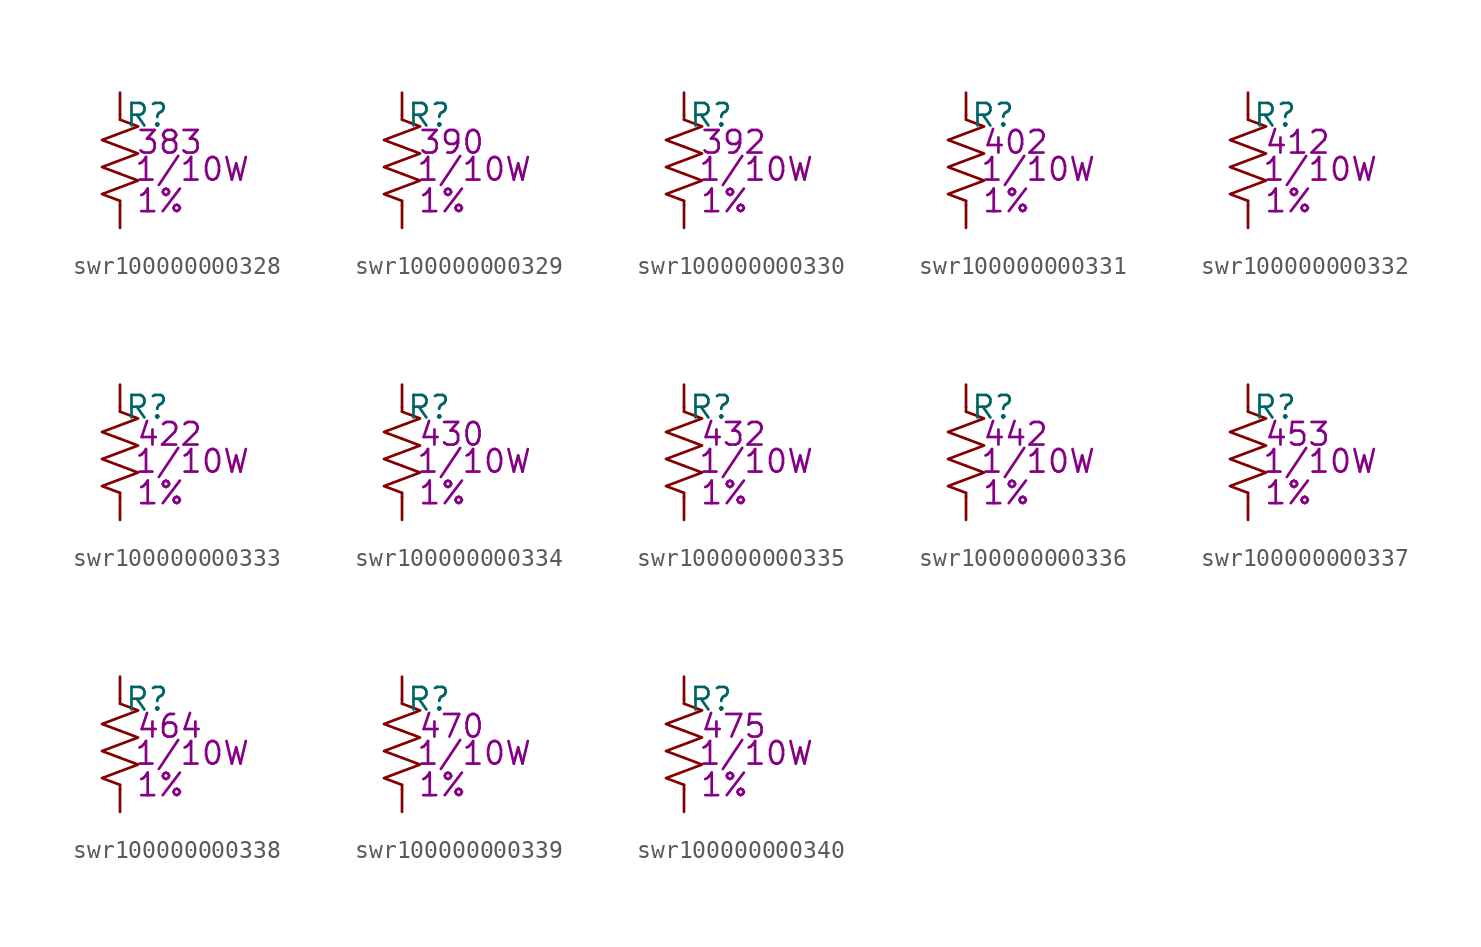
<source format=kicad_sym>
(kicad_symbol_lib
  (version 20211014)
  (generator kicad_symbol_editor)
  (symbol "swr100000000328"
    (pin_numbers hide)
    (pin_names
      (offset 1.016))
    (property "Reference" "R"
      (at 1.524 2.54 0)
      (effects (font (size 1.27 1.27))))
    (property "Tolerance" "1%"
      (at 2.286 -2.286 0)
      (effects (font (size 1.27 1.27))))
    (property "Wattage" "1/10W"
      (at 4.064 -0.508 0)
      (effects (font (size 1.27 1.27))))
    (property "PartValue" "383"
      (at 2.794 1.016 0)
      (effects (font (size 1.27 1.27))))
    (symbol "swr100000000328_1_1"
      (polyline (pts (xy 0 -2.286) (xy 0 -2.54)) (stroke (width 0) (type default) (color 0 0 0 0)) (fill (type none)))
      (polyline (pts (xy 0 2.286) (xy 0 2.54)) (stroke (width 0) (type default) (color 0 0 0 0)) (fill (type none)))
      (polyline (pts (xy 0 -0.762) (xy 1.016 -1.143) (xy 0 -1.524) (xy -1.016 -1.905) (xy 0 -2.286)) (stroke (width 0) (type default) (color 0 0 0 0)) (fill (type none)))
      (polyline (pts (xy 0 0.762) (xy 1.016 0.381) (xy 0 0) (xy -1.016 -0.381) (xy 0 -0.762)) (stroke (width 0) (type default) (color 0 0 0 0)) (fill (type none)))
      (polyline (pts (xy 0 2.286) (xy 1.016 1.905) (xy 0 1.524) (xy -1.016 1.143) (xy 0 0.762)) (stroke (width 0) (type default) (color 0 0 0 0)) (fill (type none)))
      (pin passive line (at 0 3.81 270) (length 1.27) (name "~" (effects (font (size 1.27 1.27)))) (number "1" (effects (font (size 1.27 1.27)))))
      (pin passive line (at 0 -3.81 90) (length 1.27) (name "~" (effects (font (size 1.27 1.27)))) (number "2" (effects (font (size 1.27 1.27)))))))
  (symbol "swr100000000329"
    (pin_numbers hide)
    (pin_names
      (offset 1.016))
    (property "Reference" "R"
      (at 1.524 2.54 0)
      (effects (font (size 1.27 1.27))))
    (property "Tolerance" "1%"
      (at 2.286 -2.286 0)
      (effects (font (size 1.27 1.27))))
    (property "Wattage" "1/10W"
      (at 4.064 -0.508 0)
      (effects (font (size 1.27 1.27))))
    (property "PartValue" "390"
      (at 2.794 1.016 0)
      (effects (font (size 1.27 1.27))))
    (symbol "swr100000000329_1_1"
      (polyline (pts (xy 0 -2.286) (xy 0 -2.54)) (stroke (width 0) (type default) (color 0 0 0 0)) (fill (type none)))
      (polyline (pts (xy 0 2.286) (xy 0 2.54)) (stroke (width 0) (type default) (color 0 0 0 0)) (fill (type none)))
      (polyline (pts (xy 0 -0.762) (xy 1.016 -1.143) (xy 0 -1.524) (xy -1.016 -1.905) (xy 0 -2.286)) (stroke (width 0) (type default) (color 0 0 0 0)) (fill (type none)))
      (polyline (pts (xy 0 0.762) (xy 1.016 0.381) (xy 0 0) (xy -1.016 -0.381) (xy 0 -0.762)) (stroke (width 0) (type default) (color 0 0 0 0)) (fill (type none)))
      (polyline (pts (xy 0 2.286) (xy 1.016 1.905) (xy 0 1.524) (xy -1.016 1.143) (xy 0 0.762)) (stroke (width 0) (type default) (color 0 0 0 0)) (fill (type none)))
      (pin passive line (at 0 3.81 270) (length 1.27) (name "~" (effects (font (size 1.27 1.27)))) (number "1" (effects (font (size 1.27 1.27)))))
      (pin passive line (at 0 -3.81 90) (length 1.27) (name "~" (effects (font (size 1.27 1.27)))) (number "2" (effects (font (size 1.27 1.27)))))))
  (symbol "swr100000000330"
    (pin_numbers hide)
    (pin_names
      (offset 1.016))
    (property "Reference" "R"
      (at 1.524 2.54 0)
      (effects (font (size 1.27 1.27))))
    (property "Tolerance" "1%"
      (at 2.286 -2.286 0)
      (effects (font (size 1.27 1.27))))
    (property "Wattage" "1/10W"
      (at 4.064 -0.508 0)
      (effects (font (size 1.27 1.27))))
    (property "PartValue" "392"
      (at 2.794 1.016 0)
      (effects (font (size 1.27 1.27))))
    (symbol "swr100000000330_1_1"
      (polyline (pts (xy 0 -2.286) (xy 0 -2.54)) (stroke (width 0) (type default) (color 0 0 0 0)) (fill (type none)))
      (polyline (pts (xy 0 2.286) (xy 0 2.54)) (stroke (width 0) (type default) (color 0 0 0 0)) (fill (type none)))
      (polyline (pts (xy 0 -0.762) (xy 1.016 -1.143) (xy 0 -1.524) (xy -1.016 -1.905) (xy 0 -2.286)) (stroke (width 0) (type default) (color 0 0 0 0)) (fill (type none)))
      (polyline (pts (xy 0 0.762) (xy 1.016 0.381) (xy 0 0) (xy -1.016 -0.381) (xy 0 -0.762)) (stroke (width 0) (type default) (color 0 0 0 0)) (fill (type none)))
      (polyline (pts (xy 0 2.286) (xy 1.016 1.905) (xy 0 1.524) (xy -1.016 1.143) (xy 0 0.762)) (stroke (width 0) (type default) (color 0 0 0 0)) (fill (type none)))
      (pin passive line (at 0 3.81 270) (length 1.27) (name "~" (effects (font (size 1.27 1.27)))) (number "1" (effects (font (size 1.27 1.27)))))
      (pin passive line (at 0 -3.81 90) (length 1.27) (name "~" (effects (font (size 1.27 1.27)))) (number "2" (effects (font (size 1.27 1.27)))))))
  (symbol "swr100000000331"
    (pin_numbers hide)
    (pin_names
      (offset 1.016))
    (property "Reference" "R"
      (at 1.524 2.54 0)
      (effects (font (size 1.27 1.27))))
    (property "Tolerance" "1%"
      (at 2.286 -2.286 0)
      (effects (font (size 1.27 1.27))))
    (property "Wattage" "1/10W"
      (at 4.064 -0.508 0)
      (effects (font (size 1.27 1.27))))
    (property "PartValue" "402"
      (at 2.794 1.016 0)
      (effects (font (size 1.27 1.27))))
    (symbol "swr100000000331_1_1"
      (polyline (pts (xy 0 -2.286) (xy 0 -2.54)) (stroke (width 0) (type default) (color 0 0 0 0)) (fill (type none)))
      (polyline (pts (xy 0 2.286) (xy 0 2.54)) (stroke (width 0) (type default) (color 0 0 0 0)) (fill (type none)))
      (polyline (pts (xy 0 -0.762) (xy 1.016 -1.143) (xy 0 -1.524) (xy -1.016 -1.905) (xy 0 -2.286)) (stroke (width 0) (type default) (color 0 0 0 0)) (fill (type none)))
      (polyline (pts (xy 0 0.762) (xy 1.016 0.381) (xy 0 0) (xy -1.016 -0.381) (xy 0 -0.762)) (stroke (width 0) (type default) (color 0 0 0 0)) (fill (type none)))
      (polyline (pts (xy 0 2.286) (xy 1.016 1.905) (xy 0 1.524) (xy -1.016 1.143) (xy 0 0.762)) (stroke (width 0) (type default) (color 0 0 0 0)) (fill (type none)))
      (pin passive line (at 0 3.81 270) (length 1.27) (name "~" (effects (font (size 1.27 1.27)))) (number "1" (effects (font (size 1.27 1.27)))))
      (pin passive line (at 0 -3.81 90) (length 1.27) (name "~" (effects (font (size 1.27 1.27)))) (number "2" (effects (font (size 1.27 1.27)))))))
  (symbol "swr100000000332"
    (pin_numbers hide)
    (pin_names
      (offset 1.016))
    (property "Reference" "R"
      (at 1.524 2.54 0)
      (effects (font (size 1.27 1.27))))
    (property "Tolerance" "1%"
      (at 2.286 -2.286 0)
      (effects (font (size 1.27 1.27))))
    (property "Wattage" "1/10W"
      (at 4.064 -0.508 0)
      (effects (font (size 1.27 1.27))))
    (property "PartValue" "412"
      (at 2.794 1.016 0)
      (effects (font (size 1.27 1.27))))
    (symbol "swr100000000332_1_1"
      (polyline (pts (xy 0 -2.286) (xy 0 -2.54)) (stroke (width 0) (type default) (color 0 0 0 0)) (fill (type none)))
      (polyline (pts (xy 0 2.286) (xy 0 2.54)) (stroke (width 0) (type default) (color 0 0 0 0)) (fill (type none)))
      (polyline (pts (xy 0 -0.762) (xy 1.016 -1.143) (xy 0 -1.524) (xy -1.016 -1.905) (xy 0 -2.286)) (stroke (width 0) (type default) (color 0 0 0 0)) (fill (type none)))
      (polyline (pts (xy 0 0.762) (xy 1.016 0.381) (xy 0 0) (xy -1.016 -0.381) (xy 0 -0.762)) (stroke (width 0) (type default) (color 0 0 0 0)) (fill (type none)))
      (polyline (pts (xy 0 2.286) (xy 1.016 1.905) (xy 0 1.524) (xy -1.016 1.143) (xy 0 0.762)) (stroke (width 0) (type default) (color 0 0 0 0)) (fill (type none)))
      (pin passive line (at 0 3.81 270) (length 1.27) (name "~" (effects (font (size 1.27 1.27)))) (number "1" (effects (font (size 1.27 1.27)))))
      (pin passive line (at 0 -3.81 90) (length 1.27) (name "~" (effects (font (size 1.27 1.27)))) (number "2" (effects (font (size 1.27 1.27)))))))
  (symbol "swr100000000333"
    (pin_numbers hide)
    (pin_names
      (offset 1.016))
    (property "Reference" "R"
      (at 1.524 2.54 0)
      (effects (font (size 1.27 1.27))))
    (property "Tolerance" "1%"
      (at 2.286 -2.286 0)
      (effects (font (size 1.27 1.27))))
    (property "Wattage" "1/10W"
      (at 4.064 -0.508 0)
      (effects (font (size 1.27 1.27))))
    (property "PartValue" "422"
      (at 2.794 1.016 0)
      (effects (font (size 1.27 1.27))))
    (symbol "swr100000000333_1_1"
      (polyline (pts (xy 0 -2.286) (xy 0 -2.54)) (stroke (width 0) (type default) (color 0 0 0 0)) (fill (type none)))
      (polyline (pts (xy 0 2.286) (xy 0 2.54)) (stroke (width 0) (type default) (color 0 0 0 0)) (fill (type none)))
      (polyline (pts (xy 0 -0.762) (xy 1.016 -1.143) (xy 0 -1.524) (xy -1.016 -1.905) (xy 0 -2.286)) (stroke (width 0) (type default) (color 0 0 0 0)) (fill (type none)))
      (polyline (pts (xy 0 0.762) (xy 1.016 0.381) (xy 0 0) (xy -1.016 -0.381) (xy 0 -0.762)) (stroke (width 0) (type default) (color 0 0 0 0)) (fill (type none)))
      (polyline (pts (xy 0 2.286) (xy 1.016 1.905) (xy 0 1.524) (xy -1.016 1.143) (xy 0 0.762)) (stroke (width 0) (type default) (color 0 0 0 0)) (fill (type none)))
      (pin passive line (at 0 3.81 270) (length 1.27) (name "~" (effects (font (size 1.27 1.27)))) (number "1" (effects (font (size 1.27 1.27)))))
      (pin passive line (at 0 -3.81 90) (length 1.27) (name "~" (effects (font (size 1.27 1.27)))) (number "2" (effects (font (size 1.27 1.27)))))))
  (symbol "swr100000000334"
    (pin_numbers hide)
    (pin_names
      (offset 1.016))
    (property "Reference" "R"
      (at 1.524 2.54 0)
      (effects (font (size 1.27 1.27))))
    (property "Tolerance" "1%"
      (at 2.286 -2.286 0)
      (effects (font (size 1.27 1.27))))
    (property "Wattage" "1/10W"
      (at 4.064 -0.508 0)
      (effects (font (size 1.27 1.27))))
    (property "PartValue" "430"
      (at 2.794 1.016 0)
      (effects (font (size 1.27 1.27))))
    (symbol "swr100000000334_1_1"
      (polyline (pts (xy 0 -2.286) (xy 0 -2.54)) (stroke (width 0) (type default) (color 0 0 0 0)) (fill (type none)))
      (polyline (pts (xy 0 2.286) (xy 0 2.54)) (stroke (width 0) (type default) (color 0 0 0 0)) (fill (type none)))
      (polyline (pts (xy 0 -0.762) (xy 1.016 -1.143) (xy 0 -1.524) (xy -1.016 -1.905) (xy 0 -2.286)) (stroke (width 0) (type default) (color 0 0 0 0)) (fill (type none)))
      (polyline (pts (xy 0 0.762) (xy 1.016 0.381) (xy 0 0) (xy -1.016 -0.381) (xy 0 -0.762)) (stroke (width 0) (type default) (color 0 0 0 0)) (fill (type none)))
      (polyline (pts (xy 0 2.286) (xy 1.016 1.905) (xy 0 1.524) (xy -1.016 1.143) (xy 0 0.762)) (stroke (width 0) (type default) (color 0 0 0 0)) (fill (type none)))
      (pin passive line (at 0 3.81 270) (length 1.27) (name "~" (effects (font (size 1.27 1.27)))) (number "1" (effects (font (size 1.27 1.27)))))
      (pin passive line (at 0 -3.81 90) (length 1.27) (name "~" (effects (font (size 1.27 1.27)))) (number "2" (effects (font (size 1.27 1.27)))))))
  (symbol "swr100000000335"
    (pin_numbers hide)
    (pin_names
      (offset 1.016))
    (property "Reference" "R"
      (at 1.524 2.54 0)
      (effects (font (size 1.27 1.27))))
    (property "Tolerance" "1%"
      (at 2.286 -2.286 0)
      (effects (font (size 1.27 1.27))))
    (property "Wattage" "1/10W"
      (at 4.064 -0.508 0)
      (effects (font (size 1.27 1.27))))
    (property "PartValue" "432"
      (at 2.794 1.016 0)
      (effects (font (size 1.27 1.27))))
    (symbol "swr100000000335_1_1"
      (polyline (pts (xy 0 -2.286) (xy 0 -2.54)) (stroke (width 0) (type default) (color 0 0 0 0)) (fill (type none)))
      (polyline (pts (xy 0 2.286) (xy 0 2.54)) (stroke (width 0) (type default) (color 0 0 0 0)) (fill (type none)))
      (polyline (pts (xy 0 -0.762) (xy 1.016 -1.143) (xy 0 -1.524) (xy -1.016 -1.905) (xy 0 -2.286)) (stroke (width 0) (type default) (color 0 0 0 0)) (fill (type none)))
      (polyline (pts (xy 0 0.762) (xy 1.016 0.381) (xy 0 0) (xy -1.016 -0.381) (xy 0 -0.762)) (stroke (width 0) (type default) (color 0 0 0 0)) (fill (type none)))
      (polyline (pts (xy 0 2.286) (xy 1.016 1.905) (xy 0 1.524) (xy -1.016 1.143) (xy 0 0.762)) (stroke (width 0) (type default) (color 0 0 0 0)) (fill (type none)))
      (pin passive line (at 0 3.81 270) (length 1.27) (name "~" (effects (font (size 1.27 1.27)))) (number "1" (effects (font (size 1.27 1.27)))))
      (pin passive line (at 0 -3.81 90) (length 1.27) (name "~" (effects (font (size 1.27 1.27)))) (number "2" (effects (font (size 1.27 1.27)))))))
  (symbol "swr100000000336"
    (pin_numbers hide)
    (pin_names
      (offset 1.016))
    (property "Reference" "R"
      (at 1.524 2.54 0)
      (effects (font (size 1.27 1.27))))
    (property "Tolerance" "1%"
      (at 2.286 -2.286 0)
      (effects (font (size 1.27 1.27))))
    (property "Wattage" "1/10W"
      (at 4.064 -0.508 0)
      (effects (font (size 1.27 1.27))))
    (property "PartValue" "442"
      (at 2.794 1.016 0)
      (effects (font (size 1.27 1.27))))
    (symbol "swr100000000336_1_1"
      (polyline (pts (xy 0 -2.286) (xy 0 -2.54)) (stroke (width 0) (type default) (color 0 0 0 0)) (fill (type none)))
      (polyline (pts (xy 0 2.286) (xy 0 2.54)) (stroke (width 0) (type default) (color 0 0 0 0)) (fill (type none)))
      (polyline (pts (xy 0 -0.762) (xy 1.016 -1.143) (xy 0 -1.524) (xy -1.016 -1.905) (xy 0 -2.286)) (stroke (width 0) (type default) (color 0 0 0 0)) (fill (type none)))
      (polyline (pts (xy 0 0.762) (xy 1.016 0.381) (xy 0 0) (xy -1.016 -0.381) (xy 0 -0.762)) (stroke (width 0) (type default) (color 0 0 0 0)) (fill (type none)))
      (polyline (pts (xy 0 2.286) (xy 1.016 1.905) (xy 0 1.524) (xy -1.016 1.143) (xy 0 0.762)) (stroke (width 0) (type default) (color 0 0 0 0)) (fill (type none)))
      (pin passive line (at 0 3.81 270) (length 1.27) (name "~" (effects (font (size 1.27 1.27)))) (number "1" (effects (font (size 1.27 1.27)))))
      (pin passive line (at 0 -3.81 90) (length 1.27) (name "~" (effects (font (size 1.27 1.27)))) (number "2" (effects (font (size 1.27 1.27)))))))
  (symbol "swr100000000337"
    (pin_numbers hide)
    (pin_names
      (offset 1.016))
    (property "Reference" "R"
      (at 1.524 2.54 0)
      (effects (font (size 1.27 1.27))))
    (property "Tolerance" "1%"
      (at 2.286 -2.286 0)
      (effects (font (size 1.27 1.27))))
    (property "Wattage" "1/10W"
      (at 4.064 -0.508 0)
      (effects (font (size 1.27 1.27))))
    (property "PartValue" "453"
      (at 2.794 1.016 0)
      (effects (font (size 1.27 1.27))))
    (symbol "swr100000000337_1_1"
      (polyline (pts (xy 0 -2.286) (xy 0 -2.54)) (stroke (width 0) (type default) (color 0 0 0 0)) (fill (type none)))
      (polyline (pts (xy 0 2.286) (xy 0 2.54)) (stroke (width 0) (type default) (color 0 0 0 0)) (fill (type none)))
      (polyline (pts (xy 0 -0.762) (xy 1.016 -1.143) (xy 0 -1.524) (xy -1.016 -1.905) (xy 0 -2.286)) (stroke (width 0) (type default) (color 0 0 0 0)) (fill (type none)))
      (polyline (pts (xy 0 0.762) (xy 1.016 0.381) (xy 0 0) (xy -1.016 -0.381) (xy 0 -0.762)) (stroke (width 0) (type default) (color 0 0 0 0)) (fill (type none)))
      (polyline (pts (xy 0 2.286) (xy 1.016 1.905) (xy 0 1.524) (xy -1.016 1.143) (xy 0 0.762)) (stroke (width 0) (type default) (color 0 0 0 0)) (fill (type none)))
      (pin passive line (at 0 3.81 270) (length 1.27) (name "~" (effects (font (size 1.27 1.27)))) (number "1" (effects (font (size 1.27 1.27)))))
      (pin passive line (at 0 -3.81 90) (length 1.27) (name "~" (effects (font (size 1.27 1.27)))) (number "2" (effects (font (size 1.27 1.27)))))))
  (symbol "swr100000000338"
    (pin_numbers hide)
    (pin_names
      (offset 1.016))
    (property "Reference" "R"
      (at 1.524 2.54 0)
      (effects (font (size 1.27 1.27))))
    (property "Tolerance" "1%"
      (at 2.286 -2.286 0)
      (effects (font (size 1.27 1.27))))
    (property "Wattage" "1/10W"
      (at 4.064 -0.508 0)
      (effects (font (size 1.27 1.27))))
    (property "PartValue" "464"
      (at 2.794 1.016 0)
      (effects (font (size 1.27 1.27))))
    (symbol "swr100000000338_1_1"
      (polyline (pts (xy 0 -2.286) (xy 0 -2.54)) (stroke (width 0) (type default) (color 0 0 0 0)) (fill (type none)))
      (polyline (pts (xy 0 2.286) (xy 0 2.54)) (stroke (width 0) (type default) (color 0 0 0 0)) (fill (type none)))
      (polyline (pts (xy 0 -0.762) (xy 1.016 -1.143) (xy 0 -1.524) (xy -1.016 -1.905) (xy 0 -2.286)) (stroke (width 0) (type default) (color 0 0 0 0)) (fill (type none)))
      (polyline (pts (xy 0 0.762) (xy 1.016 0.381) (xy 0 0) (xy -1.016 -0.381) (xy 0 -0.762)) (stroke (width 0) (type default) (color 0 0 0 0)) (fill (type none)))
      (polyline (pts (xy 0 2.286) (xy 1.016 1.905) (xy 0 1.524) (xy -1.016 1.143) (xy 0 0.762)) (stroke (width 0) (type default) (color 0 0 0 0)) (fill (type none)))
      (pin passive line (at 0 3.81 270) (length 1.27) (name "~" (effects (font (size 1.27 1.27)))) (number "1" (effects (font (size 1.27 1.27)))))
      (pin passive line (at 0 -3.81 90) (length 1.27) (name "~" (effects (font (size 1.27 1.27)))) (number "2" (effects (font (size 1.27 1.27)))))))
  (symbol "swr100000000339"
    (pin_numbers hide)
    (pin_names
      (offset 1.016))
    (property "Reference" "R"
      (at 1.524 2.54 0)
      (effects (font (size 1.27 1.27))))
    (property "Tolerance" "1%"
      (at 2.286 -2.286 0)
      (effects (font (size 1.27 1.27))))
    (property "Wattage" "1/10W"
      (at 4.064 -0.508 0)
      (effects (font (size 1.27 1.27))))
    (property "PartValue" "470"
      (at 2.794 1.016 0)
      (effects (font (size 1.27 1.27))))
    (symbol "swr100000000339_1_1"
      (polyline (pts (xy 0 -2.286) (xy 0 -2.54)) (stroke (width 0) (type default) (color 0 0 0 0)) (fill (type none)))
      (polyline (pts (xy 0 2.286) (xy 0 2.54)) (stroke (width 0) (type default) (color 0 0 0 0)) (fill (type none)))
      (polyline (pts (xy 0 -0.762) (xy 1.016 -1.143) (xy 0 -1.524) (xy -1.016 -1.905) (xy 0 -2.286)) (stroke (width 0) (type default) (color 0 0 0 0)) (fill (type none)))
      (polyline (pts (xy 0 0.762) (xy 1.016 0.381) (xy 0 0) (xy -1.016 -0.381) (xy 0 -0.762)) (stroke (width 0) (type default) (color 0 0 0 0)) (fill (type none)))
      (polyline (pts (xy 0 2.286) (xy 1.016 1.905) (xy 0 1.524) (xy -1.016 1.143) (xy 0 0.762)) (stroke (width 0) (type default) (color 0 0 0 0)) (fill (type none)))
      (pin passive line (at 0 3.81 270) (length 1.27) (name "~" (effects (font (size 1.27 1.27)))) (number "1" (effects (font (size 1.27 1.27)))))
      (pin passive line (at 0 -3.81 90) (length 1.27) (name "~" (effects (font (size 1.27 1.27)))) (number "2" (effects (font (size 1.27 1.27)))))))
  (symbol "swr100000000340"
    (pin_numbers hide)
    (pin_names
      (offset 1.016))
    (property "Reference" "R"
      (at 1.524 2.54 0)
      (effects (font (size 1.27 1.27))))
    (property "Tolerance" "1%"
      (at 2.286 -2.286 0)
      (effects (font (size 1.27 1.27))))
    (property "Wattage" "1/10W"
      (at 4.064 -0.508 0)
      (effects (font (size 1.27 1.27))))
    (property "PartValue" "475"
      (at 2.794 1.016 0)
      (effects (font (size 1.27 1.27))))
    (symbol "swr100000000340_1_1"
      (polyline (pts (xy 0 -2.286) (xy 0 -2.54)) (stroke (width 0) (type default) (color 0 0 0 0)) (fill (type none)))
      (polyline (pts (xy 0 2.286) (xy 0 2.54)) (stroke (width 0) (type default) (color 0 0 0 0)) (fill (type none)))
      (polyline (pts (xy 0 -0.762) (xy 1.016 -1.143) (xy 0 -1.524) (xy -1.016 -1.905) (xy 0 -2.286)) (stroke (width 0) (type default) (color 0 0 0 0)) (fill (type none)))
      (polyline (pts (xy 0 0.762) (xy 1.016 0.381) (xy 0 0) (xy -1.016 -0.381) (xy 0 -0.762)) (stroke (width 0) (type default) (color 0 0 0 0)) (fill (type none)))
      (polyline (pts (xy 0 2.286) (xy 1.016 1.905) (xy 0 1.524) (xy -1.016 1.143) (xy 0 0.762)) (stroke (width 0) (type default) (color 0 0 0 0)) (fill (type none)))
      (pin passive line (at 0 3.81 270) (length 1.27) (name "~" (effects (font (size 1.27 1.27)))) (number "1" (effects (font (size 1.27 1.27)))))
      (pin passive line (at 0 -3.81 90) (length 1.27) (name "~" (effects (font (size 1.27 1.27)))) (number "2" (effects (font (size 1.27 1.27))))))))
</source>
